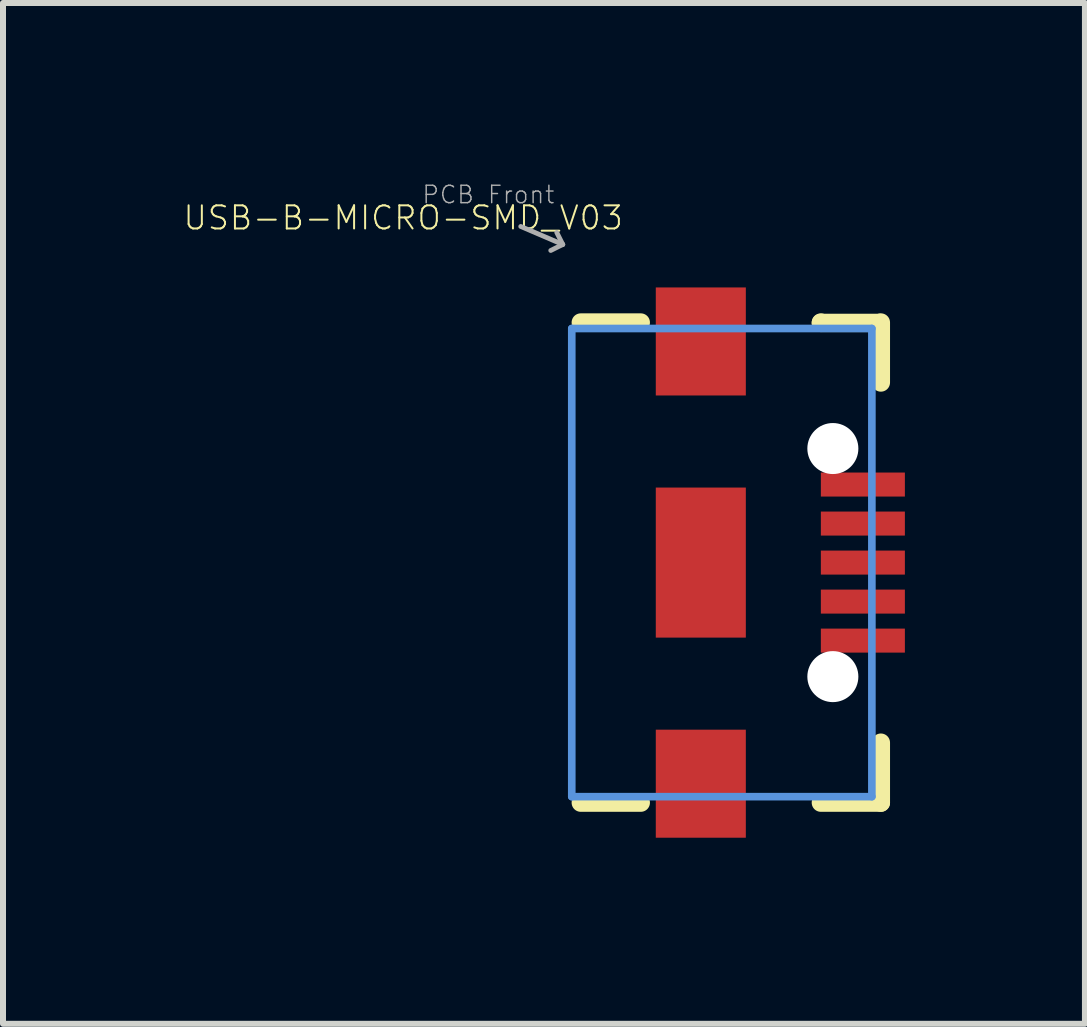
<source format=kicad_pcb>
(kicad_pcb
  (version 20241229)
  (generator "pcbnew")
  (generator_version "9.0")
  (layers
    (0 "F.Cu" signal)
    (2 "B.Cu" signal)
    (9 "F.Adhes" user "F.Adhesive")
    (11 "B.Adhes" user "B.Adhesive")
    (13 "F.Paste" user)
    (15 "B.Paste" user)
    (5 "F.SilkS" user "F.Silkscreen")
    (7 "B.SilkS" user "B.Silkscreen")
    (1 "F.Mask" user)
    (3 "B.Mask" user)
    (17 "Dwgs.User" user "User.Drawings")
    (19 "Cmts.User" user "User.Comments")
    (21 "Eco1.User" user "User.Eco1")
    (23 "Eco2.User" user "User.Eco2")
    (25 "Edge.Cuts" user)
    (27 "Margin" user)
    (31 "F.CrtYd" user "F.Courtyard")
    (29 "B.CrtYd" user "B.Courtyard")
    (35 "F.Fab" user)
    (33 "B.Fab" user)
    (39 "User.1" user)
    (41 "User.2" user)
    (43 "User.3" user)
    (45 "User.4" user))
  (footprint "USB-B-MICRO-SMD_V03"
    (layer "F.Cu")
    (at 8.626 6.323)
    (property "Reference" "USB-B-MICRO-SMD_V03" (at -1.27 -5.969 0) (layer "F.SilkS") (effects (font (size 0.386 0.386) (thickness 0.033)) (justify right top)))
    (attr through_hole)
    (fp_poly (pts (xy -0.75 -2.784) (xy 0.75 -2.784) (xy 0.75 -4.584) (xy -0.75 -4.584)) (stroke (width 0) (type solid)) (fill yes) (layer "F.Cu"))
    (fp_poly (pts (xy -0.75 1.25) (xy 0.75 1.25) (xy 0.75 -1.25) (xy -0.75 -1.25)) (stroke (width 0) (type solid)) (fill yes) (layer "F.Cu"))
    (fp_poly (pts (xy -0.75 4.584) (xy 0.75 4.584) (xy 0.75 2.784) (xy -0.75 2.784)) (stroke (width 0) (type solid)) (fill yes) (layer "F.Cu"))
    (fp_poly (pts (xy -0.85 -2.684) (xy 0.85 -2.684) (xy 0.85 -4.684) (xy -0.85 -4.684)) (stroke (width 0) (type solid)) (fill yes) (layer "F.Mask"))
    (fp_poly (pts (xy -0.85 1.35) (xy 0.85 1.35) (xy 0.85 -1.35) (xy -0.85 -1.35)) (stroke (width 0) (type solid)) (fill yes) (layer "F.Mask"))
    (fp_poly (pts (xy -0.85 4.684) (xy 0.85 4.684) (xy 0.85 2.684) (xy -0.85 2.684)) (stroke (width 0) (type solid)) (fill yes) (layer "F.Mask"))
    (fp_line (start -1 -4) (end -2 -4) (stroke (width 0.305) (type solid)) (layer "F.SilkS"))
    (fp_line (start -1 4) (end -2 4) (stroke (width 0.305) (type solid)) (layer "F.SilkS"))
    (fp_line (start 2 -3.993) (end 2 -4) (stroke (width 0.305) (type solid)) (layer "F.SilkS"))
    (fp_line (start 2 4) (end 3 4) (stroke (width 0.305) (type solid)) (layer "F.SilkS"))
    (fp_line (start 2.982 -3.993) (end 2 -3.993) (stroke (width 0.305) (type solid)) (layer "F.SilkS"))
    (fp_line (start 3 -4) (end 3 -3) (stroke (width 0.305) (type solid)) (layer "F.SilkS"))
    (fp_line (start 3 4) (end 3 3) (stroke (width 0.305) (type solid)) (layer "F.SilkS"))
    (fp_poly (pts (xy -0.75 -2.784) (xy 0.75 -2.784) (xy 0.75 -4.584) (xy -0.75 -4.584)) (stroke (width 0) (type solid)) (fill yes) (layer "F.Paste"))
    (fp_poly (pts (xy -0.75 4.584) (xy 0.75 4.584) (xy 0.75 2.784) (xy -0.75 2.784)) (stroke (width 0) (type solid)) (fill yes) (layer "F.Paste"))
    (fp_poly (pts (xy -0.35 0.75) (xy 0.35 0.75) (xy 0.35 -0.75) (xy -0.35 -0.75)) (stroke (width 0) (type solid)) (fill yes) (layer "F.Paste"))
    (fp_line (start -2.15 -3.9) (end -2.15 3.9) (stroke (width 0.127) (type solid)) (layer "Cmts.User"))
    (fp_line (start 2.85 -3.9) (end -2.15 -3.9) (stroke (width 0.127) (type solid)) (layer "Cmts.User"))
    (fp_line (start 2.85 -3.9) (end 2.85 3.9) (stroke (width 0.127) (type solid)) (layer "Cmts.User"))
    (fp_line (start 2.85 3.9) (end -2.15 3.9) (stroke (width 0.127) (type solid)) (layer "Cmts.User"))
    (fp_line (start -3 -5.6) (end -2.3 -5.3) (stroke (width 0.08) (type solid)) (layer "F.Fab"))
    (fp_line (start -2.3 -5.3) (end -2.5 -5.2) (stroke (width 0.08) (type solid)) (layer "F.Fab"))
    (fp_line (start -2.3 -5.3) (end -2.4 -5.5) (stroke (width 0.08) (type solid)) (layer "F.Fab"))
    (fp_text user "PCB Front" (at -4.66 -5.96 0) (layer "F.Fab") (effects (font (size 0.29 0.29) (thickness 0.024)) (justify left bottom)))
    (pad "" np_thru_hole circle (at 2.2 -1.9) (size 0.85 0.85) (drill 0.85) (layers "*.Cu" "*.Mask"))
    (pad "" np_thru_hole circle (at 2.2 1.9) (size 0.85 0.85) (drill 0.85) (layers "*.Cu" "*.Mask"))
    (pad "D+1" smd rect (at 2.7 0 90) (size 0.4 1.4) (layers "F.Cu" "F.Mask" "F.Paste"))
    (pad "D-1" smd rect (at 2.7 -0.65 90) (size 0.4 1.4) (layers "F.Cu" "F.Mask" "F.Paste"))
    (pad "GND1" smd rect (at 2.7 1.3 90) (size 0.4 1.4) (layers "F.Cu" "F.Mask" "F.Paste"))
    (pad "ID1" smd rect (at 2.7 0.65 90) (size 0.4 1.4) (layers "F.Cu" "F.Mask" "F.Paste"))
    (pad "VBUS1" smd rect (at 2.7 -1.3 90) (size 0.4 1.4) (layers "F.Cu" "F.Mask" "F.Paste")))
  (gr_rect
    (start -3 -3)
    (end 15.026 14.007)
    (stroke (width 0.1) (type default))
    (fill no)
    (layer "Edge.Cuts")))
</source>
